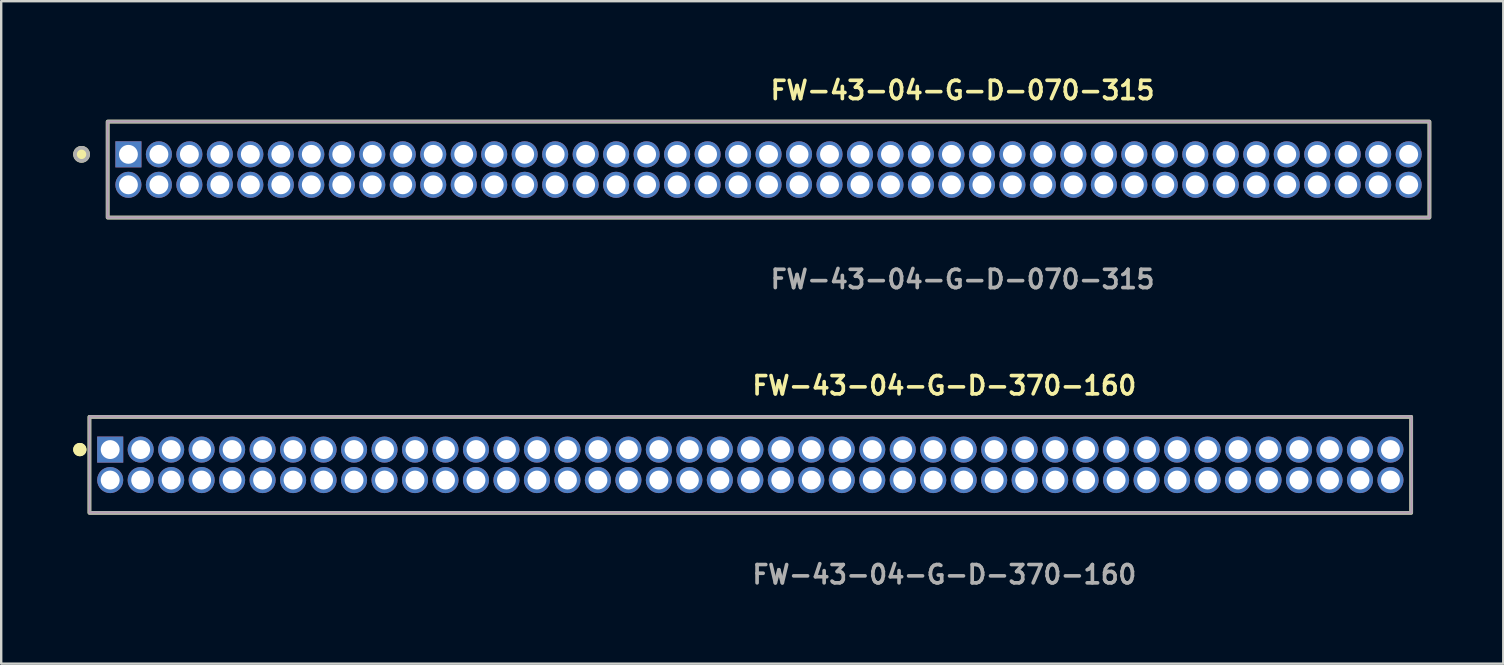
<source format=kicad_pcb>
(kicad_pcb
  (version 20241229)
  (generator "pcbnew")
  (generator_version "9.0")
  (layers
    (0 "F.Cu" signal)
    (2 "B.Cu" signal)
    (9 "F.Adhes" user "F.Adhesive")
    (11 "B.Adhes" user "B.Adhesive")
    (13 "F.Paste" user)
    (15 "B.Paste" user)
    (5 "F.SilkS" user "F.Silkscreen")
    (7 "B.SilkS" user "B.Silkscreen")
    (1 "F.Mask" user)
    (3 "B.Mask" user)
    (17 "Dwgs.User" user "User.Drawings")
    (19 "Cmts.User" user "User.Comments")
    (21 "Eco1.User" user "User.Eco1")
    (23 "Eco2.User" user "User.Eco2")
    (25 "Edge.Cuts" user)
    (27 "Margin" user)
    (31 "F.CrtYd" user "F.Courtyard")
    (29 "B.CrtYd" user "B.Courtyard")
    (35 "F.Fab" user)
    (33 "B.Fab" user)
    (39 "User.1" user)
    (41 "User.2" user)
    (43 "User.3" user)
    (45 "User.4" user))
  (footprint "FW-43-04-G-D-070-315"
    (layer "F.Cu")
    (at 28.97 4.015)
    (property "Reference" "FW-43-04-G-D-070-315" (at 0 -3.302 0) (unlocked yes) (layer "F.SilkS") (effects (font (size 0.762 0.762) (thickness 0.152)) (justify left)))
    (fp_rect (start -27.535 2) (end 27.535 -2) (stroke (width 0.152) (type solid)) (fill no) (layer "F.SilkS"))
    (fp_circle (center -28.622 -0.635) (end -28.894 -0.635) (stroke (width 0.152) (type solid)) (fill yes) (layer "F.SilkS"))
    (fp_rect (start -27.535 2) (end 27.535 -2) (stroke (width 0.006) (type solid)) (fill no) (layer "F.CrtYd"))
    (fp_rect (start -27.535 2) (end 27.535 -2) (stroke (width 0.152) (type solid)) (fill no) (layer "F.Fab"))
    (fp_circle (center -28.622 -0.635) (end -28.894 -0.635) (stroke (width 0.152) (type solid)) (fill no) (layer "F.Fab"))
    (fp_text user "${REFERENCE}" (at 0 4.572 0) (unlocked yes) (layer "F.Fab") (effects (font (size 0.762 0.762) (thickness 0.152)) (justify left)))
    (pad "1" thru_hole rect (at -26.67 -0.635) (size 1.087 1.087) (drill 0.787) (layers "*.Cu" "*.Mask"))
    (pad "2" thru_hole circle (at -26.67 0.635) (size 1.087 1.087) (drill 0.787) (layers "*.Cu" "*.Mask"))
    (pad "3" thru_hole circle (at -25.4 -0.635) (size 1.087 1.087) (drill 0.787) (layers "*.Cu" "*.Mask"))
    (pad "4" thru_hole circle (at -25.4 0.635) (size 1.087 1.087) (drill 0.787) (layers "*.Cu" "*.Mask"))
    (pad "5" thru_hole circle (at -24.13 -0.635) (size 1.087 1.087) (drill 0.787) (layers "*.Cu" "*.Mask"))
    (pad "6" thru_hole circle (at -24.13 0.635) (size 1.087 1.087) (drill 0.787) (layers "*.Cu" "*.Mask"))
    (pad "7" thru_hole circle (at -22.86 -0.635) (size 1.087 1.087) (drill 0.787) (layers "*.Cu" "*.Mask"))
    (pad "8" thru_hole circle (at -22.86 0.635) (size 1.087 1.087) (drill 0.787) (layers "*.Cu" "*.Mask"))
    (pad "9" thru_hole circle (at -21.59 -0.635) (size 1.087 1.087) (drill 0.787) (layers "*.Cu" "*.Mask"))
    (pad "10" thru_hole circle (at -21.59 0.635) (size 1.087 1.087) (drill 0.787) (layers "*.Cu" "*.Mask"))
    (pad "11" thru_hole circle (at -20.32 -0.635) (size 1.087 1.087) (drill 0.787) (layers "*.Cu" "*.Mask"))
    (pad "12" thru_hole circle (at -20.32 0.635) (size 1.087 1.087) (drill 0.787) (layers "*.Cu" "*.Mask"))
    (pad "13" thru_hole circle (at -19.05 -0.635) (size 1.087 1.087) (drill 0.787) (layers "*.Cu" "*.Mask"))
    (pad "14" thru_hole circle (at -19.05 0.635) (size 1.087 1.087) (drill 0.787) (layers "*.Cu" "*.Mask"))
    (pad "15" thru_hole circle (at -17.78 -0.635) (size 1.087 1.087) (drill 0.787) (layers "*.Cu" "*.Mask"))
    (pad "16" thru_hole circle (at -17.78 0.635) (size 1.087 1.087) (drill 0.787) (layers "*.Cu" "*.Mask"))
    (pad "17" thru_hole circle (at -16.51 -0.635) (size 1.087 1.087) (drill 0.787) (layers "*.Cu" "*.Mask"))
    (pad "18" thru_hole circle (at -16.51 0.635) (size 1.087 1.087) (drill 0.787) (layers "*.Cu" "*.Mask"))
    (pad "19" thru_hole circle (at -15.24 -0.635) (size 1.087 1.087) (drill 0.787) (layers "*.Cu" "*.Mask"))
    (pad "20" thru_hole circle (at -15.24 0.635) (size 1.087 1.087) (drill 0.787) (layers "*.Cu" "*.Mask"))
    (pad "21" thru_hole circle (at -13.97 -0.635) (size 1.087 1.087) (drill 0.787) (layers "*.Cu" "*.Mask"))
    (pad "22" thru_hole circle (at -13.97 0.635) (size 1.087 1.087) (drill 0.787) (layers "*.Cu" "*.Mask"))
    (pad "23" thru_hole circle (at -12.7 -0.635) (size 1.087 1.087) (drill 0.787) (layers "*.Cu" "*.Mask"))
    (pad "24" thru_hole circle (at -12.7 0.635) (size 1.087 1.087) (drill 0.787) (layers "*.Cu" "*.Mask"))
    (pad "25" thru_hole circle (at -11.43 -0.635) (size 1.087 1.087) (drill 0.787) (layers "*.Cu" "*.Mask"))
    (pad "26" thru_hole circle (at -11.43 0.635) (size 1.087 1.087) (drill 0.787) (layers "*.Cu" "*.Mask"))
    (pad "27" thru_hole circle (at -10.16 -0.635) (size 1.087 1.087) (drill 0.787) (layers "*.Cu" "*.Mask"))
    (pad "28" thru_hole circle (at -10.16 0.635) (size 1.087 1.087) (drill 0.787) (layers "*.Cu" "*.Mask"))
    (pad "29" thru_hole circle (at -8.89 -0.635) (size 1.087 1.087) (drill 0.787) (layers "*.Cu" "*.Mask"))
    (pad "30" thru_hole circle (at -8.89 0.635) (size 1.087 1.087) (drill 0.787) (layers "*.Cu" "*.Mask"))
    (pad "31" thru_hole circle (at -7.62 -0.635) (size 1.087 1.087) (drill 0.787) (layers "*.Cu" "*.Mask"))
    (pad "32" thru_hole circle (at -7.62 0.635) (size 1.087 1.087) (drill 0.787) (layers "*.Cu" "*.Mask"))
    (pad "33" thru_hole circle (at -6.35 -0.635) (size 1.087 1.087) (drill 0.787) (layers "*.Cu" "*.Mask"))
    (pad "34" thru_hole circle (at -6.35 0.635) (size 1.087 1.087) (drill 0.787) (layers "*.Cu" "*.Mask"))
    (pad "35" thru_hole circle (at -5.08 -0.635) (size 1.087 1.087) (drill 0.787) (layers "*.Cu" "*.Mask"))
    (pad "36" thru_hole circle (at -5.08 0.635) (size 1.087 1.087) (drill 0.787) (layers "*.Cu" "*.Mask"))
    (pad "37" thru_hole circle (at -3.81 -0.635) (size 1.087 1.087) (drill 0.787) (layers "*.Cu" "*.Mask"))
    (pad "38" thru_hole circle (at -3.81 0.635) (size 1.087 1.087) (drill 0.787) (layers "*.Cu" "*.Mask"))
    (pad "39" thru_hole circle (at -2.54 -0.635) (size 1.087 1.087) (drill 0.787) (layers "*.Cu" "*.Mask"))
    (pad "40" thru_hole circle (at -2.54 0.635) (size 1.087 1.087) (drill 0.787) (layers "*.Cu" "*.Mask"))
    (pad "41" thru_hole circle (at -1.27 -0.635) (size 1.087 1.087) (drill 0.787) (layers "*.Cu" "*.Mask"))
    (pad "42" thru_hole circle (at -1.27 0.635) (size 1.087 1.087) (drill 0.787) (layers "*.Cu" "*.Mask"))
    (pad "43" thru_hole circle (at 0 -0.635) (size 1.087 1.087) (drill 0.787) (layers "*.Cu" "*.Mask"))
    (pad "44" thru_hole circle (at 0 0.635) (size 1.087 1.087) (drill 0.787) (layers "*.Cu" "*.Mask"))
    (pad "45" thru_hole circle (at 1.27 -0.635) (size 1.087 1.087) (drill 0.787) (layers "*.Cu" "*.Mask"))
    (pad "46" thru_hole circle (at 1.27 0.635) (size 1.087 1.087) (drill 0.787) (layers "*.Cu" "*.Mask"))
    (pad "47" thru_hole circle (at 2.54 -0.635) (size 1.087 1.087) (drill 0.787) (layers "*.Cu" "*.Mask"))
    (pad "48" thru_hole circle (at 2.54 0.635) (size 1.087 1.087) (drill 0.787) (layers "*.Cu" "*.Mask"))
    (pad "49" thru_hole circle (at 3.81 -0.635) (size 1.087 1.087) (drill 0.787) (layers "*.Cu" "*.Mask"))
    (pad "50" thru_hole circle (at 3.81 0.635) (size 1.087 1.087) (drill 0.787) (layers "*.Cu" "*.Mask"))
    (pad "51" thru_hole circle (at 5.08 -0.635) (size 1.087 1.087) (drill 0.787) (layers "*.Cu" "*.Mask"))
    (pad "52" thru_hole circle (at 5.08 0.635) (size 1.087 1.087) (drill 0.787) (layers "*.Cu" "*.Mask"))
    (pad "53" thru_hole circle (at 6.35 -0.635) (size 1.087 1.087) (drill 0.787) (layers "*.Cu" "*.Mask"))
    (pad "54" thru_hole circle (at 6.35 0.635) (size 1.087 1.087) (drill 0.787) (layers "*.Cu" "*.Mask"))
    (pad "55" thru_hole circle (at 7.62 -0.635) (size 1.087 1.087) (drill 0.787) (layers "*.Cu" "*.Mask"))
    (pad "56" thru_hole circle (at 7.62 0.635) (size 1.087 1.087) (drill 0.787) (layers "*.Cu" "*.Mask"))
    (pad "57" thru_hole circle (at 8.89 -0.635) (size 1.087 1.087) (drill 0.787) (layers "*.Cu" "*.Mask"))
    (pad "58" thru_hole circle (at 8.89 0.635) (size 1.087 1.087) (drill 0.787) (layers "*.Cu" "*.Mask"))
    (pad "59" thru_hole circle (at 10.16 -0.635) (size 1.087 1.087) (drill 0.787) (layers "*.Cu" "*.Mask"))
    (pad "60" thru_hole circle (at 10.16 0.635) (size 1.087 1.087) (drill 0.787) (layers "*.Cu" "*.Mask"))
    (pad "61" thru_hole circle (at 11.43 -0.635) (size 1.087 1.087) (drill 0.787) (layers "*.Cu" "*.Mask"))
    (pad "62" thru_hole circle (at 11.43 0.635) (size 1.087 1.087) (drill 0.787) (layers "*.Cu" "*.Mask"))
    (pad "63" thru_hole circle (at 12.7 -0.635) (size 1.087 1.087) (drill 0.787) (layers "*.Cu" "*.Mask"))
    (pad "64" thru_hole circle (at 12.7 0.635) (size 1.087 1.087) (drill 0.787) (layers "*.Cu" "*.Mask"))
    (pad "65" thru_hole circle (at 13.97 -0.635) (size 1.087 1.087) (drill 0.787) (layers "*.Cu" "*.Mask"))
    (pad "66" thru_hole circle (at 13.97 0.635) (size 1.087 1.087) (drill 0.787) (layers "*.Cu" "*.Mask"))
    (pad "67" thru_hole circle (at 15.24 -0.635) (size 1.087 1.087) (drill 0.787) (layers "*.Cu" "*.Mask"))
    (pad "68" thru_hole circle (at 15.24 0.635) (size 1.087 1.087) (drill 0.787) (layers "*.Cu" "*.Mask"))
    (pad "69" thru_hole circle (at 16.51 -0.635) (size 1.087 1.087) (drill 0.787) (layers "*.Cu" "*.Mask"))
    (pad "70" thru_hole circle (at 16.51 0.635) (size 1.087 1.087) (drill 0.787) (layers "*.Cu" "*.Mask"))
    (pad "71" thru_hole circle (at 17.78 -0.635) (size 1.087 1.087) (drill 0.787) (layers "*.Cu" "*.Mask"))
    (pad "72" thru_hole circle (at 17.78 0.635) (size 1.087 1.087) (drill 0.787) (layers "*.Cu" "*.Mask"))
    (pad "73" thru_hole circle (at 19.05 -0.635) (size 1.087 1.087) (drill 0.787) (layers "*.Cu" "*.Mask"))
    (pad "74" thru_hole circle (at 19.05 0.635) (size 1.087 1.087) (drill 0.787) (layers "*.Cu" "*.Mask"))
    (pad "75" thru_hole circle (at 20.32 -0.635) (size 1.087 1.087) (drill 0.787) (layers "*.Cu" "*.Mask"))
    (pad "76" thru_hole circle (at 20.32 0.635) (size 1.087 1.087) (drill 0.787) (layers "*.Cu" "*.Mask"))
    (pad "77" thru_hole circle (at 21.59 -0.635) (size 1.087 1.087) (drill 0.787) (layers "*.Cu" "*.Mask"))
    (pad "78" thru_hole circle (at 21.59 0.635) (size 1.087 1.087) (drill 0.787) (layers "*.Cu" "*.Mask"))
    (pad "79" thru_hole circle (at 22.86 -0.635) (size 1.087 1.087) (drill 0.787) (layers "*.Cu" "*.Mask"))
    (pad "80" thru_hole circle (at 22.86 0.635) (size 1.087 1.087) (drill 0.787) (layers "*.Cu" "*.Mask"))
    (pad "81" thru_hole circle (at 24.13 -0.635) (size 1.087 1.087) (drill 0.787) (layers "*.Cu" "*.Mask"))
    (pad "82" thru_hole circle (at 24.13 0.635) (size 1.087 1.087) (drill 0.787) (layers "*.Cu" "*.Mask"))
    (pad "83" thru_hole circle (at 25.4 -0.635) (size 1.087 1.087) (drill 0.787) (layers "*.Cu" "*.Mask"))
    (pad "84" thru_hole circle (at 25.4 0.635) (size 1.087 1.087) (drill 0.787) (layers "*.Cu" "*.Mask"))
    (pad "85" thru_hole circle (at 26.67 -0.635) (size 1.087 1.087) (drill 0.787) (layers "*.Cu" "*.Mask"))
    (pad "86" thru_hole circle (at 26.67 0.635) (size 1.087 1.087) (drill 0.787) (layers "*.Cu" "*.Mask")))
  (footprint "FW-43-04-G-D-370-160"
    (layer "F.Cu")
    (at 28.211 16.316)
    (property "Reference" "FW-43-04-G-D-370-160" (at 0 -3.302 0) (unlocked yes) (layer "F.SilkS") (effects (font (size 0.762 0.762) (thickness 0.152)) (justify left)))
    (fp_rect (start -27.535 2) (end 27.535 -2) (stroke (width 0.152) (type solid)) (fill no) (layer "F.SilkS"))
    (fp_circle (center -27.935 -0.635) (end -28.135 -0.635) (stroke (width 0.152) (type solid)) (fill yes) (layer "F.SilkS"))
    (fp_circle (center -27.935 -0.635) (end -28.135 -0.635) (stroke (width 0.152) (type solid)) (fill yes) (layer "F.SilkS"))
    (fp_rect (start -27.535 2) (end 27.535 -2) (stroke (width 0.006) (type solid)) (fill no) (layer "F.CrtYd"))
    (fp_rect (start -27.535 2) (end 27.535 -2) (stroke (width 0.152) (type solid)) (fill no) (layer "F.Fab"))
    (fp_text user "${REFERENCE}" (at 0 4.572 0) (unlocked yes) (layer "F.Fab") (effects (font (size 0.762 0.762) (thickness 0.152)) (justify left)))
    (pad "1" thru_hole rect (at -26.67 -0.635) (size 1.087 1.087) (drill 0.787) (layers "*.Cu" "*.Mask"))
    (pad "2" thru_hole circle (at -26.67 0.635) (size 1.087 1.087) (drill 0.787) (layers "*.Cu" "*.Mask"))
    (pad "3" thru_hole circle (at -25.4 -0.635) (size 1.087 1.087) (drill 0.787) (layers "*.Cu" "*.Mask"))
    (pad "4" thru_hole circle (at -25.4 0.635) (size 1.087 1.087) (drill 0.787) (layers "*.Cu" "*.Mask"))
    (pad "5" thru_hole circle (at -24.13 -0.635) (size 1.087 1.087) (drill 0.787) (layers "*.Cu" "*.Mask"))
    (pad "6" thru_hole circle (at -24.13 0.635) (size 1.087 1.087) (drill 0.787) (layers "*.Cu" "*.Mask"))
    (pad "7" thru_hole circle (at -22.86 -0.635) (size 1.087 1.087) (drill 0.787) (layers "*.Cu" "*.Mask"))
    (pad "8" thru_hole circle (at -22.86 0.635) (size 1.087 1.087) (drill 0.787) (layers "*.Cu" "*.Mask"))
    (pad "9" thru_hole circle (at -21.59 -0.635) (size 1.087 1.087) (drill 0.787) (layers "*.Cu" "*.Mask"))
    (pad "10" thru_hole circle (at -21.59 0.635) (size 1.087 1.087) (drill 0.787) (layers "*.Cu" "*.Mask"))
    (pad "11" thru_hole circle (at -20.32 -0.635) (size 1.087 1.087) (drill 0.787) (layers "*.Cu" "*.Mask"))
    (pad "12" thru_hole circle (at -20.32 0.635) (size 1.087 1.087) (drill 0.787) (layers "*.Cu" "*.Mask"))
    (pad "13" thru_hole circle (at -19.05 -0.635) (size 1.087 1.087) (drill 0.787) (layers "*.Cu" "*.Mask"))
    (pad "14" thru_hole circle (at -19.05 0.635) (size 1.087 1.087) (drill 0.787) (layers "*.Cu" "*.Mask"))
    (pad "15" thru_hole circle (at -17.78 -0.635) (size 1.087 1.087) (drill 0.787) (layers "*.Cu" "*.Mask"))
    (pad "16" thru_hole circle (at -17.78 0.635) (size 1.087 1.087) (drill 0.787) (layers "*.Cu" "*.Mask"))
    (pad "17" thru_hole circle (at -16.51 -0.635) (size 1.087 1.087) (drill 0.787) (layers "*.Cu" "*.Mask"))
    (pad "18" thru_hole circle (at -16.51 0.635) (size 1.087 1.087) (drill 0.787) (layers "*.Cu" "*.Mask"))
    (pad "19" thru_hole circle (at -15.24 -0.635) (size 1.087 1.087) (drill 0.787) (layers "*.Cu" "*.Mask"))
    (pad "20" thru_hole circle (at -15.24 0.635) (size 1.087 1.087) (drill 0.787) (layers "*.Cu" "*.Mask"))
    (pad "21" thru_hole circle (at -13.97 -0.635) (size 1.087 1.087) (drill 0.787) (layers "*.Cu" "*.Mask"))
    (pad "22" thru_hole circle (at -13.97 0.635) (size 1.087 1.087) (drill 0.787) (layers "*.Cu" "*.Mask"))
    (pad "23" thru_hole circle (at -12.7 -0.635) (size 1.087 1.087) (drill 0.787) (layers "*.Cu" "*.Mask"))
    (pad "24" thru_hole circle (at -12.7 0.635) (size 1.087 1.087) (drill 0.787) (layers "*.Cu" "*.Mask"))
    (pad "25" thru_hole circle (at -11.43 -0.635) (size 1.087 1.087) (drill 0.787) (layers "*.Cu" "*.Mask"))
    (pad "26" thru_hole circle (at -11.43 0.635) (size 1.087 1.087) (drill 0.787) (layers "*.Cu" "*.Mask"))
    (pad "27" thru_hole circle (at -10.16 -0.635) (size 1.087 1.087) (drill 0.787) (layers "*.Cu" "*.Mask"))
    (pad "28" thru_hole circle (at -10.16 0.635) (size 1.087 1.087) (drill 0.787) (layers "*.Cu" "*.Mask"))
    (pad "29" thru_hole circle (at -8.89 -0.635) (size 1.087 1.087) (drill 0.787) (layers "*.Cu" "*.Mask"))
    (pad "30" thru_hole circle (at -8.89 0.635) (size 1.087 1.087) (drill 0.787) (layers "*.Cu" "*.Mask"))
    (pad "31" thru_hole circle (at -7.62 -0.635) (size 1.087 1.087) (drill 0.787) (layers "*.Cu" "*.Mask"))
    (pad "32" thru_hole circle (at -7.62 0.635) (size 1.087 1.087) (drill 0.787) (layers "*.Cu" "*.Mask"))
    (pad "33" thru_hole circle (at -6.35 -0.635) (size 1.087 1.087) (drill 0.787) (layers "*.Cu" "*.Mask"))
    (pad "34" thru_hole circle (at -6.35 0.635) (size 1.087 1.087) (drill 0.787) (layers "*.Cu" "*.Mask"))
    (pad "35" thru_hole circle (at -5.08 -0.635) (size 1.087 1.087) (drill 0.787) (layers "*.Cu" "*.Mask"))
    (pad "36" thru_hole circle (at -5.08 0.635) (size 1.087 1.087) (drill 0.787) (layers "*.Cu" "*.Mask"))
    (pad "37" thru_hole circle (at -3.81 -0.635) (size 1.087 1.087) (drill 0.787) (layers "*.Cu" "*.Mask"))
    (pad "38" thru_hole circle (at -3.81 0.635) (size 1.087 1.087) (drill 0.787) (layers "*.Cu" "*.Mask"))
    (pad "39" thru_hole circle (at -2.54 -0.635) (size 1.087 1.087) (drill 0.787) (layers "*.Cu" "*.Mask"))
    (pad "40" thru_hole circle (at -2.54 0.635) (size 1.087 1.087) (drill 0.787) (layers "*.Cu" "*.Mask"))
    (pad "41" thru_hole circle (at -1.27 -0.635) (size 1.087 1.087) (drill 0.787) (layers "*.Cu" "*.Mask"))
    (pad "42" thru_hole circle (at -1.27 0.635) (size 1.087 1.087) (drill 0.787) (layers "*.Cu" "*.Mask"))
    (pad "43" thru_hole circle (at 0 -0.635) (size 1.087 1.087) (drill 0.787) (layers "*.Cu" "*.Mask"))
    (pad "44" thru_hole circle (at 0 0.635) (size 1.087 1.087) (drill 0.787) (layers "*.Cu" "*.Mask"))
    (pad "45" thru_hole circle (at 1.27 -0.635) (size 1.087 1.087) (drill 0.787) (layers "*.Cu" "*.Mask"))
    (pad "46" thru_hole circle (at 1.27 0.635) (size 1.087 1.087) (drill 0.787) (layers "*.Cu" "*.Mask"))
    (pad "47" thru_hole circle (at 2.54 -0.635) (size 1.087 1.087) (drill 0.787) (layers "*.Cu" "*.Mask"))
    (pad "48" thru_hole circle (at 2.54 0.635) (size 1.087 1.087) (drill 0.787) (layers "*.Cu" "*.Mask"))
    (pad "49" thru_hole circle (at 3.81 -0.635) (size 1.087 1.087) (drill 0.787) (layers "*.Cu" "*.Mask"))
    (pad "50" thru_hole circle (at 3.81 0.635) (size 1.087 1.087) (drill 0.787) (layers "*.Cu" "*.Mask"))
    (pad "51" thru_hole circle (at 5.08 -0.635) (size 1.087 1.087) (drill 0.787) (layers "*.Cu" "*.Mask"))
    (pad "52" thru_hole circle (at 5.08 0.635) (size 1.087 1.087) (drill 0.787) (layers "*.Cu" "*.Mask"))
    (pad "53" thru_hole circle (at 6.35 -0.635) (size 1.087 1.087) (drill 0.787) (layers "*.Cu" "*.Mask"))
    (pad "54" thru_hole circle (at 6.35 0.635) (size 1.087 1.087) (drill 0.787) (layers "*.Cu" "*.Mask"))
    (pad "55" thru_hole circle (at 7.62 -0.635) (size 1.087 1.087) (drill 0.787) (layers "*.Cu" "*.Mask"))
    (pad "56" thru_hole circle (at 7.62 0.635) (size 1.087 1.087) (drill 0.787) (layers "*.Cu" "*.Mask"))
    (pad "57" thru_hole circle (at 8.89 -0.635) (size 1.087 1.087) (drill 0.787) (layers "*.Cu" "*.Mask"))
    (pad "58" thru_hole circle (at 8.89 0.635) (size 1.087 1.087) (drill 0.787) (layers "*.Cu" "*.Mask"))
    (pad "59" thru_hole circle (at 10.16 -0.635) (size 1.087 1.087) (drill 0.787) (layers "*.Cu" "*.Mask"))
    (pad "60" thru_hole circle (at 10.16 0.635) (size 1.087 1.087) (drill 0.787) (layers "*.Cu" "*.Mask"))
    (pad "61" thru_hole circle (at 11.43 -0.635) (size 1.087 1.087) (drill 0.787) (layers "*.Cu" "*.Mask"))
    (pad "62" thru_hole circle (at 11.43 0.635) (size 1.087 1.087) (drill 0.787) (layers "*.Cu" "*.Mask"))
    (pad "63" thru_hole circle (at 12.7 -0.635) (size 1.087 1.087) (drill 0.787) (layers "*.Cu" "*.Mask"))
    (pad "64" thru_hole circle (at 12.7 0.635) (size 1.087 1.087) (drill 0.787) (layers "*.Cu" "*.Mask"))
    (pad "65" thru_hole circle (at 13.97 -0.635) (size 1.087 1.087) (drill 0.787) (layers "*.Cu" "*.Mask"))
    (pad "66" thru_hole circle (at 13.97 0.635) (size 1.087 1.087) (drill 0.787) (layers "*.Cu" "*.Mask"))
    (pad "67" thru_hole circle (at 15.24 -0.635) (size 1.087 1.087) (drill 0.787) (layers "*.Cu" "*.Mask"))
    (pad "68" thru_hole circle (at 15.24 0.635) (size 1.087 1.087) (drill 0.787) (layers "*.Cu" "*.Mask"))
    (pad "69" thru_hole circle (at 16.51 -0.635) (size 1.087 1.087) (drill 0.787) (layers "*.Cu" "*.Mask"))
    (pad "70" thru_hole circle (at 16.51 0.635) (size 1.087 1.087) (drill 0.787) (layers "*.Cu" "*.Mask"))
    (pad "71" thru_hole circle (at 17.78 -0.635) (size 1.087 1.087) (drill 0.787) (layers "*.Cu" "*.Mask"))
    (pad "72" thru_hole circle (at 17.78 0.635) (size 1.087 1.087) (drill 0.787) (layers "*.Cu" "*.Mask"))
    (pad "73" thru_hole circle (at 19.05 -0.635) (size 1.087 1.087) (drill 0.787) (layers "*.Cu" "*.Mask"))
    (pad "74" thru_hole circle (at 19.05 0.635) (size 1.087 1.087) (drill 0.787) (layers "*.Cu" "*.Mask"))
    (pad "75" thru_hole circle (at 20.32 -0.635) (size 1.087 1.087) (drill 0.787) (layers "*.Cu" "*.Mask"))
    (pad "76" thru_hole circle (at 20.32 0.635) (size 1.087 1.087) (drill 0.787) (layers "*.Cu" "*.Mask"))
    (pad "77" thru_hole circle (at 21.59 -0.635) (size 1.087 1.087) (drill 0.787) (layers "*.Cu" "*.Mask"))
    (pad "78" thru_hole circle (at 21.59 0.635) (size 1.087 1.087) (drill 0.787) (layers "*.Cu" "*.Mask"))
    (pad "79" thru_hole circle (at 22.86 -0.635) (size 1.087 1.087) (drill 0.787) (layers "*.Cu" "*.Mask"))
    (pad "80" thru_hole circle (at 22.86 0.635) (size 1.087 1.087) (drill 0.787) (layers "*.Cu" "*.Mask"))
    (pad "81" thru_hole circle (at 24.13 -0.635) (size 1.087 1.087) (drill 0.787) (layers "*.Cu" "*.Mask"))
    (pad "82" thru_hole circle (at 24.13 0.635) (size 1.087 1.087) (drill 0.787) (layers "*.Cu" "*.Mask"))
    (pad "83" thru_hole circle (at 25.4 -0.635) (size 1.087 1.087) (drill 0.787) (layers "*.Cu" "*.Mask"))
    (pad "84" thru_hole circle (at 25.4 0.635) (size 1.087 1.087) (drill 0.787) (layers "*.Cu" "*.Mask"))
    (pad "85" thru_hole circle (at 26.67 -0.635) (size 1.087 1.087) (drill 0.787) (layers "*.Cu" "*.Mask"))
    (pad "86" thru_hole circle (at 26.67 0.635) (size 1.087 1.087) (drill 0.787) (layers "*.Cu" "*.Mask")))
  (gr_rect
    (start -3 -3)
    (end 59.582 24.601)
    (stroke (width 0.1) (type default))
    (fill no)
    (layer "Edge.Cuts")))
</source>
